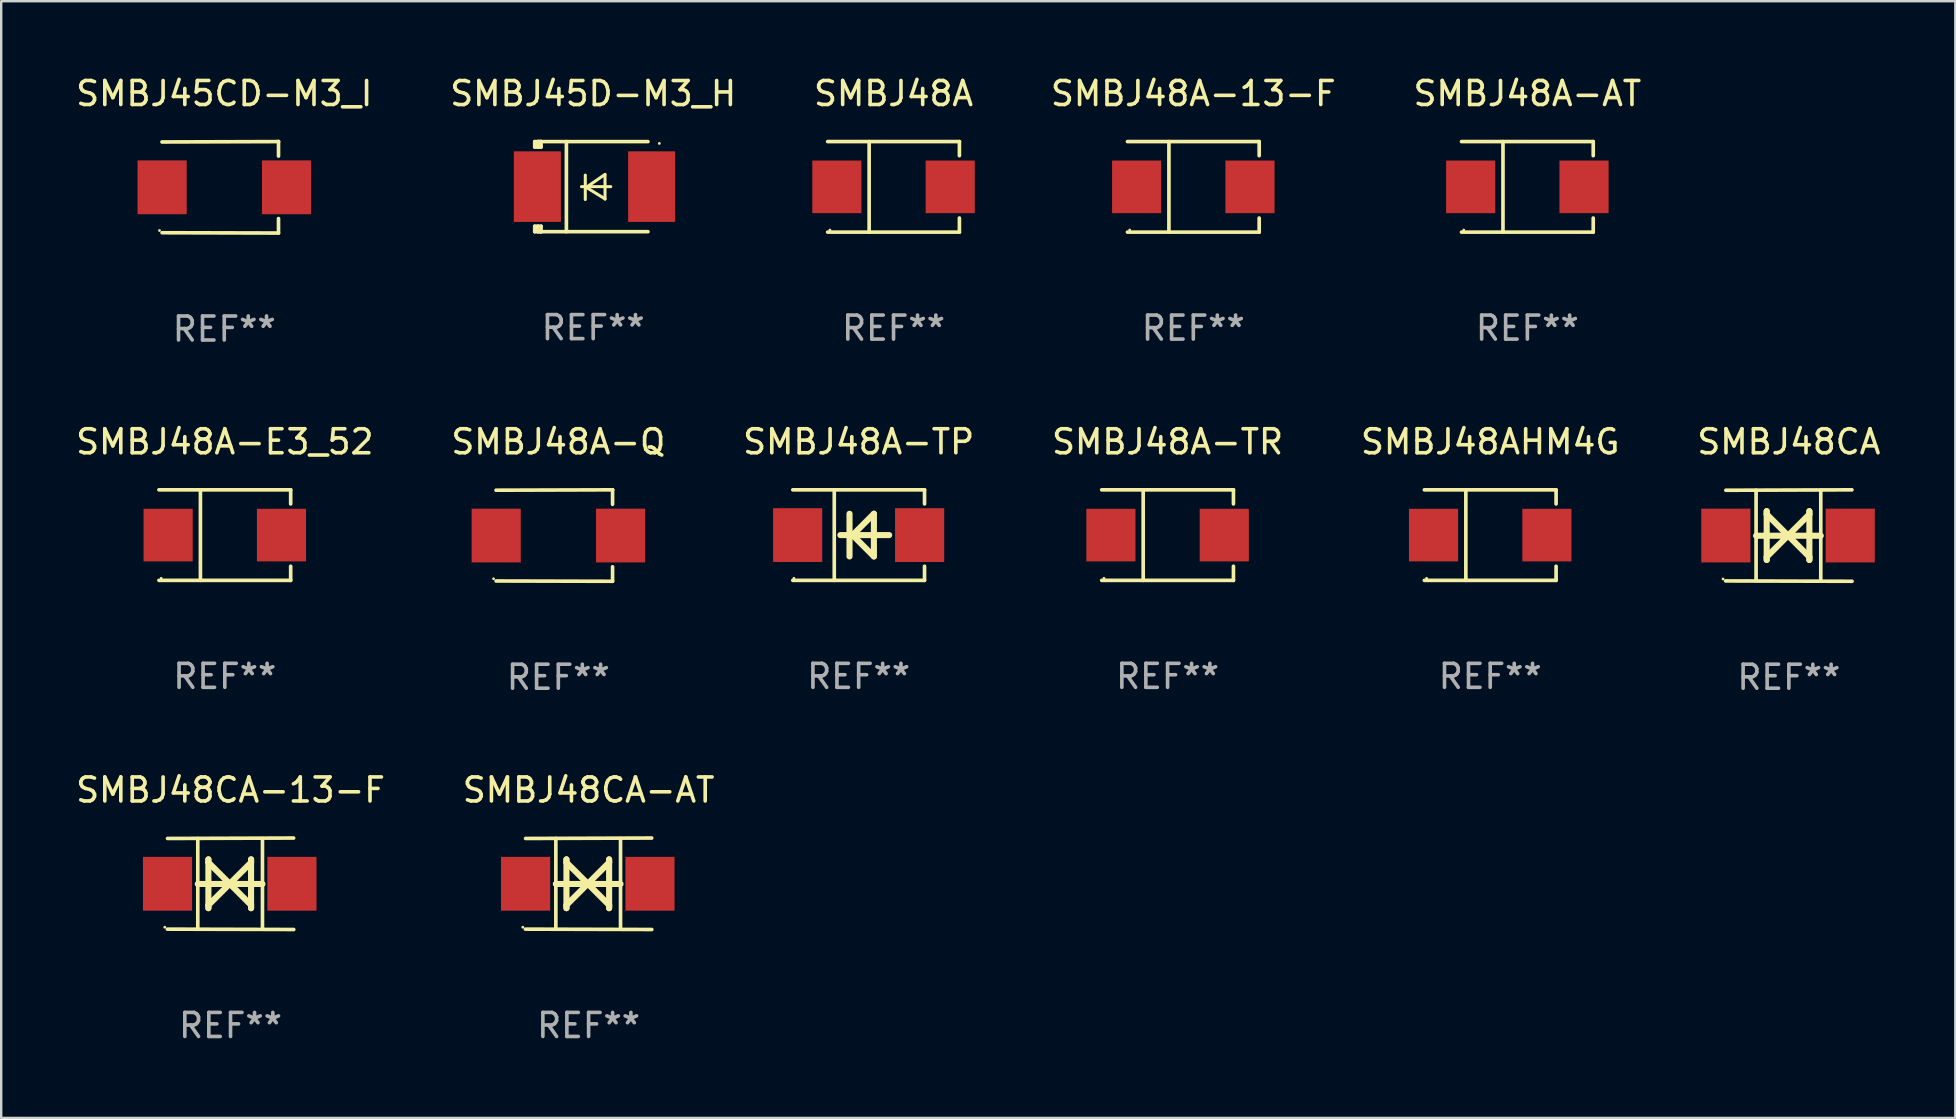
<source format=kicad_pcb>
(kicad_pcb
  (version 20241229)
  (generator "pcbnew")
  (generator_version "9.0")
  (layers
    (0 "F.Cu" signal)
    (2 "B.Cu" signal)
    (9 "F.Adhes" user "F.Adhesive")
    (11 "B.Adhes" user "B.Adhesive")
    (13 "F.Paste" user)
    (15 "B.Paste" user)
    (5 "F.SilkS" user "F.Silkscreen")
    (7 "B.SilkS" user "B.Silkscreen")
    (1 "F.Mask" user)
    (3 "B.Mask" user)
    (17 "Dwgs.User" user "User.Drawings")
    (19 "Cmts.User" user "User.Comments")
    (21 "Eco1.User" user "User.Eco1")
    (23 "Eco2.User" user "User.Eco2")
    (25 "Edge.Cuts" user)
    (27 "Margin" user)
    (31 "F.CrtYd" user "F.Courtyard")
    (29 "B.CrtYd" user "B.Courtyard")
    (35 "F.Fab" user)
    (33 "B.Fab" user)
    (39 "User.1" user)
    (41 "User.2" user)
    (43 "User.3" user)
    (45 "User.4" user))
  (footprint "SMBJ48A-E3_52"
    (layer "F.Cu")
    (at 6.315 19.241)
    (property "Reference" "SMBJ48A-E3_52" (at 0 -3.886 0) (layer "F.SilkS") (effects (font (size 1 1) (thickness 0.15))))
    (attr through_hole)
    (fp_line (start -2.744 -1.886) (end 2.744 -1.886) (stroke (width 0.152) (type solid)) (layer "F.SilkS"))
    (fp_line (start -2.744 1.886) (end 2.744 1.886) (stroke (width 0.152) (type solid)) (layer "F.SilkS"))
    (fp_line (start -1.016 -1.886) (end -1.016 1.886) (stroke (width 0.152) (type solid)) (layer "F.SilkS"))
    (fp_line (start 2.744 -1.886) (end 2.744 -1.299) (stroke (width 0.152) (type solid)) (layer "F.SilkS"))
    (fp_line (start 2.744 1.886) (end 2.744 1.299) (stroke (width 0.152) (type solid)) (layer "F.SilkS"))
    (fp_circle (center -2.65 1.8) (end -2.62 1.8) (stroke (width 0.06) (type solid)) (fill no) (layer "F.SilkS"))
    (fp_text user "REF**" (at 0 5.886 0) (layer "F.Fab") (effects (font (size 1 1) (thickness 0.15))))
    (pad "1" smd rect (at -2.361 0) (size 2.047 2.192) (layers "F.Cu" "F.Mask" "F.Paste"))
    (pad "2" smd rect (at 2.361 0) (size 2.047 2.192) (layers "F.Cu" "F.Mask" "F.Paste")))
  (footprint "SMBJ48A-TP"
    (layer "F.Cu")
    (at 32.72 19.241)
    (property "Reference" "SMBJ48A-TP" (at 0 -3.886 0) (layer "F.SilkS") (effects (font (size 1 1) (thickness 0.15))))
    (attr through_hole)
    (fp_line (start -2.744 -1.886) (end 2.744 -1.886) (stroke (width 0.152) (type solid)) (layer "F.SilkS"))
    (fp_line (start -2.744 1.886) (end 2.744 1.886) (stroke (width 0.152) (type solid)) (layer "F.SilkS"))
    (fp_line (start -1.016 -1.886) (end -1.016 1.886) (stroke (width 0.152) (type solid)) (layer "F.SilkS"))
    (fp_line (start -0.381 -0.889) (end -0.381 0.889) (stroke (width 0.254) (type solid)) (layer "F.SilkS"))
    (fp_line (start -0.366 0) (end -0.254 0) (stroke (width 0.254) (type solid)) (layer "F.SilkS"))
    (fp_line (start -0.254 0) (end -0.328 0) (stroke (width 0.254) (type solid)) (layer "F.SilkS"))
    (fp_line (start -0.254 0) (end 0.635 -0.889) (stroke (width 0.254) (type solid)) (layer "F.SilkS"))
    (fp_line (start 0.635 -0.889) (end 0.635 0.889) (stroke (width 0.254) (type solid)) (layer "F.SilkS"))
    (fp_line (start 0.635 0.889) (end -0.254 0) (stroke (width 0.254) (type solid)) (layer "F.SilkS"))
    (fp_line (start 1.27 0) (end -0.762 0) (stroke (width 0.254) (type solid)) (layer "F.SilkS"))
    (fp_line (start 2.744 -1.886) (end 2.744 -1.299) (stroke (width 0.152) (type solid)) (layer "F.SilkS"))
    (fp_line (start 2.744 1.886) (end 2.744 1.299) (stroke (width 0.152) (type solid)) (layer "F.SilkS"))
    (fp_circle (center -2.698 1.8) (end -2.668 1.8) (stroke (width 0.06) (type solid)) (fill no) (layer "F.SilkS"))
    (fp_text user "REF**" (at 0 5.886 0) (layer "F.Fab") (effects (font (size 1 1) (thickness 0.15))))
    (pad "1" smd rect (at -2.54 0) (size 2.047 2.241) (layers "F.Cu" "F.Mask" "F.Paste"))
    (pad "2" smd rect (at 2.54 0) (size 2.047 2.241) (layers "F.Cu" "F.Mask" "F.Paste")))
  (footprint "SMBJ48CA-AT"
    (layer "F.Cu")
    (at 21.47 33.766)
    (property "Reference" "SMBJ48CA-AT" (at 0 -3.905 0) (layer "F.SilkS") (effects (font (size 1 1) (thickness 0.15))))
    (attr through_hole)
    (fp_line (start -1.365 1.886) (end -1.365 -1.886) (stroke (width 0.152) (type solid)) (layer "F.SilkS"))
    (fp_line (start -1.365 0.008) (end 1.33 0.008) (stroke (width 0.254) (type solid)) (layer "F.SilkS"))
    (fp_line (start -0.923 -1.016) (end -0.923 1.016) (stroke (width 0.254) (type solid)) (layer "F.SilkS"))
    (fp_line (start -0.923 -0.889) (end -0.923 -1.016) (stroke (width 0.254) (type solid)) (layer "F.SilkS"))
    (fp_line (start -0.923 0.889) (end -0.034 0) (stroke (width 0.254) (type solid)) (layer "F.SilkS"))
    (fp_line (start -0.923 1.016) (end -0.923 0.889) (stroke (width 0.254) (type solid)) (layer "F.SilkS"))
    (fp_line (start -0.034 0) (end -0.923 -0.889) (stroke (width 0.254) (type solid)) (layer "F.SilkS"))
    (fp_line (start -0.034 0) (end 0.855 0.889) (stroke (width 0.254) (type solid)) (layer "F.SilkS"))
    (fp_line (start 0.855 -1.016) (end 0.855 -0.889) (stroke (width 0.254) (type solid)) (layer "F.SilkS"))
    (fp_line (start 0.855 -0.889) (end -0.034 0) (stroke (width 0.254) (type solid)) (layer "F.SilkS"))
    (fp_line (start 0.855 0.889) (end 0.855 1.016) (stroke (width 0.254) (type solid)) (layer "F.SilkS"))
    (fp_line (start 0.855 1.016) (end 0.855 -1.016) (stroke (width 0.254) (type solid)) (layer "F.SilkS"))
    (fp_line (start 1.33 1.886) (end 1.33 -1.886) (stroke (width 0.152) (type solid)) (layer "F.SilkS"))
    (fp_line (start 2.629 -1.905) (end -2.625 -1.887) (stroke (width 0.152) (type solid)) (layer "F.SilkS"))
    (fp_line (start 2.633 1.905) (end -2.633 1.89) (stroke (width 0.152) (type solid)) (layer "F.SilkS"))
    (fp_circle (center -2.741 1.81) (end -2.711 1.81) (stroke (width 0.06) (type solid)) (fill no) (layer "F.SilkS"))
    (fp_text user "REF**" (at 0 5.905 0) (layer "F.Fab") (effects (font (size 1 1) (thickness 0.15))))
    (pad "1" smd rect (at -2.625 0) (size 2.047 2.241) (layers "F.Cu" "F.Mask" "F.Paste"))
    (pad "2" smd rect (at 2.557 0) (size 2.047 2.241) (layers "F.Cu" "F.Mask" "F.Paste")))
  (footprint "SMBJ48A"
    (layer "F.Cu")
    (at 34.173 4.734)
    (property "Reference" "SMBJ48A" (at 0 -3.886 0) (layer "F.SilkS") (effects (font (size 1 1) (thickness 0.15))))
    (attr through_hole)
    (fp_line (start -2.744 -1.886) (end 2.744 -1.886) (stroke (width 0.152) (type solid)) (layer "F.SilkS"))
    (fp_line (start -2.744 1.886) (end 2.744 1.886) (stroke (width 0.152) (type solid)) (layer "F.SilkS"))
    (fp_line (start -1.016 -1.886) (end -1.016 1.886) (stroke (width 0.152) (type solid)) (layer "F.SilkS"))
    (fp_line (start 2.744 -1.886) (end 2.744 -1.299) (stroke (width 0.152) (type solid)) (layer "F.SilkS"))
    (fp_line (start 2.744 1.886) (end 2.744 1.299) (stroke (width 0.152) (type solid)) (layer "F.SilkS"))
    (fp_circle (center -2.65 1.8) (end -2.62 1.8) (stroke (width 0.06) (type solid)) (fill no) (layer "F.SilkS"))
    (fp_text user "REF**" (at 0 5.886 0) (layer "F.Fab") (effects (font (size 1 1) (thickness 0.15))))
    (pad "1" smd rect (at -2.361 0) (size 2.047 2.192) (layers "F.Cu" "F.Mask" "F.Paste"))
    (pad "2" smd rect (at 2.361 0) (size 2.047 2.192) (layers "F.Cu" "F.Mask" "F.Paste")))
  (footprint "SMBJ48AHM4G"
    (layer "F.Cu")
    (at 59.03 19.241)
    (property "Reference" "SMBJ48AHM4G" (at 0 -3.886 0) (layer "F.SilkS") (effects (font (size 1 1) (thickness 0.15))))
    (attr through_hole)
    (fp_line (start -2.744 -1.886) (end 2.744 -1.886) (stroke (width 0.152) (type solid)) (layer "F.SilkS"))
    (fp_line (start -2.744 1.886) (end 2.744 1.886) (stroke (width 0.152) (type solid)) (layer "F.SilkS"))
    (fp_line (start -1.016 -1.886) (end -1.016 1.886) (stroke (width 0.152) (type solid)) (layer "F.SilkS"))
    (fp_line (start 2.744 -1.886) (end 2.744 -1.299) (stroke (width 0.152) (type solid)) (layer "F.SilkS"))
    (fp_line (start 2.744 1.886) (end 2.744 1.299) (stroke (width 0.152) (type solid)) (layer "F.SilkS"))
    (fp_circle (center -2.65 1.8) (end -2.62 1.8) (stroke (width 0.06) (type solid)) (fill no) (layer "F.SilkS"))
    (fp_text user "REF**" (at 0 5.886 0) (layer "F.Fab") (effects (font (size 1 1) (thickness 0.15))))
    (pad "1" smd rect (at -2.361 0) (size 2.047 2.192) (layers "F.Cu" "F.Mask" "F.Paste"))
    (pad "2" smd rect (at 2.361 0) (size 2.047 2.192) (layers "F.Cu" "F.Mask" "F.Paste")))
  (footprint "SMBJ45D-M3_H"
    (layer "F.Cu")
    (at 21.661 4.725)
    (property "Reference" "SMBJ45D-M3_H" (at 0 -3.876 0) (layer "F.SilkS") (effects (font (size 1 1) (thickness 0.15))))
    (attr through_hole)
    (fp_line (start -2.435 1.65) (end -2.171 1.65) (stroke (width 0.152) (type solid)) (layer "F.SilkS"))
    (fp_line (start -2.435 1.876) (end -2.435 1.65) (stroke (width 0.152) (type solid)) (layer "F.SilkS"))
    (fp_line (start -2.435 -1.876) (end -2.171 -1.876) (stroke (width 0.152) (type solid)) (layer "F.SilkS"))
    (fp_line (start -2.435 -1.65) (end -2.435 -1.876) (stroke (width 0.152) (type solid)) (layer "F.SilkS"))
    (fp_line (start -2.305 -1.866) (end -2.295 -1.876) (stroke (width 0.152) (type solid)) (layer "F.SilkS"))
    (fp_line (start -2.305 -1.65) (end -2.305 -1.866) (stroke (width 0.152) (type solid)) (layer "F.SilkS"))
    (fp_line (start -2.305 1.876) (end -2.305 1.65) (stroke (width 0.152) (type solid)) (layer "F.SilkS"))
    (fp_line (start -2.295 -1.876) (end -2.295 -1.65) (stroke (width 0.152) (type solid)) (layer "F.SilkS"))
    (fp_line (start -2.171 1.876) (end -2.435 1.876) (stroke (width 0.152) (type solid)) (layer "F.SilkS"))
    (fp_line (start -2.171 -1.65) (end -2.435 -1.65) (stroke (width 0.152) (type solid)) (layer "F.SilkS"))
    (fp_line (start -2.171 -1.876) (end -2.295 -1.876) (stroke (width 0.152) (type solid)) (layer "F.SilkS"))
    (fp_line (start -2.171 -1.65) (end -2.171 -1.876) (stroke (width 0.152) (type solid)) (layer "F.SilkS"))
    (fp_line (start -2.171 1.876) (end -2.305 1.876) (stroke (width 0.152) (type solid)) (layer "F.SilkS"))
    (fp_line (start -2.171 1.876) (end -2.171 1.65) (stroke (width 0.152) (type solid)) (layer "F.SilkS"))
    (fp_line (start -1.116 1.876) (end -1.116 -1.876) (stroke (width 0.152) (type solid)) (layer "F.SilkS"))
    (fp_line (start -0.488 0.000102) (end 0.731 0.000102) (stroke (width 0.127) (type solid)) (layer "F.SilkS"))
    (fp_line (start -0.329 -0.48) (end -0.329 0.536) (stroke (width 0.127) (type solid)) (layer "F.SilkS"))
    (fp_line (start -0.29 0.03) (end 0.493 0.51) (stroke (width 0.127) (type solid)) (layer "F.SilkS"))
    (fp_line (start 0.493 -0.51) (end -0.29 0.03) (stroke (width 0.127) (type solid)) (layer "F.SilkS"))
    (fp_line (start 0.493 0.52) (end 0.493 -0.496) (stroke (width 0.127) (type solid)) (layer "F.SilkS"))
    (fp_line (start 2.281 -1.876) (end -2.171 -1.876) (stroke (width 0.152) (type solid)) (layer "F.SilkS"))
    (fp_line (start 2.281 1.876) (end -2.171 1.876) (stroke (width 0.152) (type solid)) (layer "F.SilkS"))
    (fp_circle (center 2.755 -1.8) (end 2.785 -1.8) (stroke (width 0.06) (type solid)) (fill no) (layer "F.SilkS"))
    (fp_text user "REF**" (at 0 5.876 0) (layer "F.Fab") (effects (font (size 1 1) (thickness 0.15))))
    (pad "1" smd rect (at 2.435 -0.000025 180) (size 1.96 2.94) (layers "F.Cu" "F.Mask" "F.Paste"))
    (pad "2" smd rect (at -2.325 -0.000025 180) (size 1.96 2.94) (layers "F.Cu" "F.Mask" "F.Paste")))
  (footprint "SMBJ48A-TR"
    (layer "F.Cu")
    (at 45.589 19.241)
    (property "Reference" "SMBJ48A-TR" (at 0 -3.886 0) (layer "F.SilkS") (effects (font (size 1 1) (thickness 0.15))))
    (attr through_hole)
    (fp_line (start -2.744 -1.886) (end 2.744 -1.886) (stroke (width 0.152) (type solid)) (layer "F.SilkS"))
    (fp_line (start -2.744 1.886) (end 2.744 1.886) (stroke (width 0.152) (type solid)) (layer "F.SilkS"))
    (fp_line (start -1.016 -1.886) (end -1.016 1.886) (stroke (width 0.152) (type solid)) (layer "F.SilkS"))
    (fp_line (start 2.744 -1.886) (end 2.744 -1.299) (stroke (width 0.152) (type solid)) (layer "F.SilkS"))
    (fp_line (start 2.744 1.886) (end 2.744 1.299) (stroke (width 0.152) (type solid)) (layer "F.SilkS"))
    (fp_circle (center -2.65 1.8) (end -2.62 1.8) (stroke (width 0.06) (type solid)) (fill no) (layer "F.SilkS"))
    (fp_text user "REF**" (at 0 5.886 0) (layer "F.Fab") (effects (font (size 1 1) (thickness 0.15))))
    (pad "1" smd rect (at -2.361 0) (size 2.047 2.192) (layers "F.Cu" "F.Mask" "F.Paste"))
    (pad "2" smd rect (at 2.361 0) (size 2.047 2.192) (layers "F.Cu" "F.Mask" "F.Paste")))
  (footprint "SMBJ48CA-13-F"
    (layer "F.Cu")
    (at 6.554 33.766)
    (property "Reference" "SMBJ48CA-13-F" (at 0 -3.905 0) (layer "F.SilkS") (effects (font (size 1 1) (thickness 0.15))))
    (attr through_hole)
    (fp_line (start -1.365 1.886) (end -1.365 -1.886) (stroke (width 0.152) (type solid)) (layer "F.SilkS"))
    (fp_line (start -1.365 0.008) (end 1.33 0.008) (stroke (width 0.254) (type solid)) (layer "F.SilkS"))
    (fp_line (start -0.923 -1.016) (end -0.923 1.016) (stroke (width 0.254) (type solid)) (layer "F.SilkS"))
    (fp_line (start -0.923 -0.889) (end -0.923 -1.016) (stroke (width 0.254) (type solid)) (layer "F.SilkS"))
    (fp_line (start -0.923 0.889) (end -0.034 0) (stroke (width 0.254) (type solid)) (layer "F.SilkS"))
    (fp_line (start -0.923 1.016) (end -0.923 0.889) (stroke (width 0.254) (type solid)) (layer "F.SilkS"))
    (fp_line (start -0.034 0) (end -0.923 -0.889) (stroke (width 0.254) (type solid)) (layer "F.SilkS"))
    (fp_line (start -0.034 0) (end 0.855 0.889) (stroke (width 0.254) (type solid)) (layer "F.SilkS"))
    (fp_line (start 0.855 -1.016) (end 0.855 -0.889) (stroke (width 0.254) (type solid)) (layer "F.SilkS"))
    (fp_line (start 0.855 -0.889) (end -0.034 0) (stroke (width 0.254) (type solid)) (layer "F.SilkS"))
    (fp_line (start 0.855 0.889) (end 0.855 1.016) (stroke (width 0.254) (type solid)) (layer "F.SilkS"))
    (fp_line (start 0.855 1.016) (end 0.855 -1.016) (stroke (width 0.254) (type solid)) (layer "F.SilkS"))
    (fp_line (start 1.33 1.886) (end 1.33 -1.886) (stroke (width 0.152) (type solid)) (layer "F.SilkS"))
    (fp_line (start 2.629 -1.905) (end -2.625 -1.887) (stroke (width 0.152) (type solid)) (layer "F.SilkS"))
    (fp_line (start 2.633 1.905) (end -2.633 1.89) (stroke (width 0.152) (type solid)) (layer "F.SilkS"))
    (fp_circle (center -2.741 1.81) (end -2.711 1.81) (stroke (width 0.06) (type solid)) (fill no) (layer "F.SilkS"))
    (fp_text user "REF**" (at 0 5.905 0) (layer "F.Fab") (effects (font (size 1 1) (thickness 0.15))))
    (pad "1" smd rect (at -2.625 0) (size 2.047 2.241) (layers "F.Cu" "F.Mask" "F.Paste"))
    (pad "2" smd rect (at 2.557 0) (size 2.047 2.241) (layers "F.Cu" "F.Mask" "F.Paste")))
  (footprint "SMBJ48A-13-F"
    (layer "F.Cu")
    (at 46.661 4.734)
    (property "Reference" "SMBJ48A-13-F" (at 0 -3.886 0) (layer "F.SilkS") (effects (font (size 1 1) (thickness 0.15))))
    (attr through_hole)
    (fp_line (start -2.744 -1.886) (end 2.744 -1.886) (stroke (width 0.152) (type solid)) (layer "F.SilkS"))
    (fp_line (start -2.744 1.886) (end 2.744 1.886) (stroke (width 0.152) (type solid)) (layer "F.SilkS"))
    (fp_line (start -1.016 -1.886) (end -1.016 1.886) (stroke (width 0.152) (type solid)) (layer "F.SilkS"))
    (fp_line (start 2.744 -1.886) (end 2.744 -1.299) (stroke (width 0.152) (type solid)) (layer "F.SilkS"))
    (fp_line (start 2.744 1.886) (end 2.744 1.299) (stroke (width 0.152) (type solid)) (layer "F.SilkS"))
    (fp_circle (center -2.65 1.8) (end -2.62 1.8) (stroke (width 0.06) (type solid)) (fill no) (layer "F.SilkS"))
    (fp_text user "REF**" (at 0 5.886 0) (layer "F.Fab") (effects (font (size 1 1) (thickness 0.15))))
    (pad "1" smd rect (at -2.361 0) (size 2.047 2.192) (layers "F.Cu" "F.Mask" "F.Paste"))
    (pad "2" smd rect (at 2.361 0) (size 2.047 2.192) (layers "F.Cu" "F.Mask" "F.Paste")))
  (footprint "SMBJ48A-Q"
    (layer "F.Cu")
    (at 20.208 19.26)
    (property "Reference" "SMBJ48A-Q" (at 0 -3.905 0) (layer "F.SilkS") (effects (font (size 1 1) (thickness 0.15))))
    (attr through_hole)
    (fp_line (start 2.256 -1.905) (end -2.594 -1.889) (stroke (width 0.152) (type solid)) (layer "F.SilkS"))
    (fp_line (start 2.256 -1.905) (end 2.26 -1.905) (stroke (width 0.152) (type solid)) (layer "F.SilkS"))
    (fp_line (start 2.26 -1.905) (end 2.26 -1.301) (stroke (width 0.152) (type solid)) (layer "F.SilkS"))
    (fp_line (start 2.26 1.301) (end 2.26 1.905) (stroke (width 0.152) (type solid)) (layer "F.SilkS"))
    (fp_line (start 2.26 1.905) (end -2.59 1.892) (stroke (width 0.152) (type solid)) (layer "F.SilkS"))
    (fp_circle (center -2.697 1.8) (end -2.667 1.8) (stroke (width 0.06) (type solid)) (fill no) (layer "F.SilkS"))
    (fp_text user "REF**" (at 0 5.905 0) (layer "F.Fab") (effects (font (size 1 1) (thickness 0.15))))
    (pad "1" smd rect (at -2.588 0) (size 2.047 2.241) (layers "F.Cu" "F.Mask" "F.Paste"))
    (pad "2" smd rect (at 2.594 0) (size 2.047 2.241) (layers "F.Cu" "F.Mask" "F.Paste")))
  (footprint "SMBJ48A-AT"
    (layer "F.Cu")
    (at 60.577 4.734)
    (property "Reference" "SMBJ48A-AT" (at 0 -3.886 0) (layer "F.SilkS") (effects (font (size 1 1) (thickness 0.15))))
    (attr through_hole)
    (fp_line (start -2.744 -1.886) (end 2.744 -1.886) (stroke (width 0.152) (type solid)) (layer "F.SilkS"))
    (fp_line (start -2.744 1.886) (end 2.744 1.886) (stroke (width 0.152) (type solid)) (layer "F.SilkS"))
    (fp_line (start -1.016 -1.886) (end -1.016 1.886) (stroke (width 0.152) (type solid)) (layer "F.SilkS"))
    (fp_line (start 2.744 -1.886) (end 2.744 -1.299) (stroke (width 0.152) (type solid)) (layer "F.SilkS"))
    (fp_line (start 2.744 1.886) (end 2.744 1.299) (stroke (width 0.152) (type solid)) (layer "F.SilkS"))
    (fp_circle (center -2.65 1.8) (end -2.62 1.8) (stroke (width 0.06) (type solid)) (fill no) (layer "F.SilkS"))
    (fp_text user "REF**" (at 0 5.886 0) (layer "F.Fab") (effects (font (size 1 1) (thickness 0.15))))
    (pad "1" smd rect (at -2.361 0) (size 2.047 2.192) (layers "F.Cu" "F.Mask" "F.Paste"))
    (pad "2" smd rect (at 2.361 0) (size 2.047 2.192) (layers "F.Cu" "F.Mask" "F.Paste")))
  (footprint "SMBJ45CD-M3_I"
    (layer "F.Cu")
    (at 6.292 4.753)
    (property "Reference" "SMBJ45CD-M3_I" (at 0 -3.905 0) (layer "F.SilkS") (effects (font (size 1 1) (thickness 0.15))))
    (attr through_hole)
    (fp_line (start 2.256 -1.905) (end -2.594 -1.889) (stroke (width 0.152) (type solid)) (layer "F.SilkS"))
    (fp_line (start 2.256 -1.905) (end 2.26 -1.905) (stroke (width 0.152) (type solid)) (layer "F.SilkS"))
    (fp_line (start 2.26 -1.905) (end 2.26 -1.301) (stroke (width 0.152) (type solid)) (layer "F.SilkS"))
    (fp_line (start 2.26 1.301) (end 2.26 1.905) (stroke (width 0.152) (type solid)) (layer "F.SilkS"))
    (fp_line (start 2.26 1.905) (end -2.59 1.892) (stroke (width 0.152) (type solid)) (layer "F.SilkS"))
    (fp_circle (center -2.697 1.8) (end -2.667 1.8) (stroke (width 0.06) (type solid)) (fill no) (layer "F.SilkS"))
    (fp_text user "REF**" (at 0 5.905 0) (layer "F.Fab") (effects (font (size 1 1) (thickness 0.15))))
    (pad "1" smd rect (at -2.588 0) (size 2.047 2.241) (layers "F.Cu" "F.Mask" "F.Paste"))
    (pad "2" smd rect (at 2.594 0) (size 2.047 2.241) (layers "F.Cu" "F.Mask" "F.Paste")))
  (footprint "SMBJ48CA"
    (layer "F.Cu")
    (at 71.47 19.26)
    (property "Reference" "SMBJ48CA" (at 0 -3.905 0) (layer "F.SilkS") (effects (font (size 1 1) (thickness 0.15))))
    (attr through_hole)
    (fp_line (start -1.365 1.886) (end -1.365 -1.886) (stroke (width 0.152) (type solid)) (layer "F.SilkS"))
    (fp_line (start -1.365 0.008) (end 1.33 0.008) (stroke (width 0.254) (type solid)) (layer "F.SilkS"))
    (fp_line (start -0.923 -1.016) (end -0.923 1.016) (stroke (width 0.254) (type solid)) (layer "F.SilkS"))
    (fp_line (start -0.923 -0.889) (end -0.923 -1.016) (stroke (width 0.254) (type solid)) (layer "F.SilkS"))
    (fp_line (start -0.923 0.889) (end -0.034 0) (stroke (width 0.254) (type solid)) (layer "F.SilkS"))
    (fp_line (start -0.923 1.016) (end -0.923 0.889) (stroke (width 0.254) (type solid)) (layer "F.SilkS"))
    (fp_line (start -0.034 0) (end -0.923 -0.889) (stroke (width 0.254) (type solid)) (layer "F.SilkS"))
    (fp_line (start -0.034 0) (end 0.855 0.889) (stroke (width 0.254) (type solid)) (layer "F.SilkS"))
    (fp_line (start 0.855 -1.016) (end 0.855 -0.889) (stroke (width 0.254) (type solid)) (layer "F.SilkS"))
    (fp_line (start 0.855 -0.889) (end -0.034 0) (stroke (width 0.254) (type solid)) (layer "F.SilkS"))
    (fp_line (start 0.855 0.889) (end 0.855 1.016) (stroke (width 0.254) (type solid)) (layer "F.SilkS"))
    (fp_line (start 0.855 1.016) (end 0.855 -1.016) (stroke (width 0.254) (type solid)) (layer "F.SilkS"))
    (fp_line (start 1.33 1.886) (end 1.33 -1.886) (stroke (width 0.152) (type solid)) (layer "F.SilkS"))
    (fp_line (start 2.629 -1.905) (end -2.625 -1.887) (stroke (width 0.152) (type solid)) (layer "F.SilkS"))
    (fp_line (start 2.633 1.905) (end -2.633 1.89) (stroke (width 0.152) (type solid)) (layer "F.SilkS"))
    (fp_circle (center -2.741 1.81) (end -2.711 1.81) (stroke (width 0.06) (type solid)) (fill no) (layer "F.SilkS"))
    (fp_text user "REF**" (at 0 5.905 0) (layer "F.Fab") (effects (font (size 1 1) (thickness 0.15))))
    (pad "1" smd rect (at -2.625 0) (size 2.047 2.241) (layers "F.Cu" "F.Mask" "F.Paste"))
    (pad "2" smd rect (at 2.557 0) (size 2.047 2.241) (layers "F.Cu" "F.Mask" "F.Paste")))
  (gr_rect
    (start -3 -3)
    (end 78.405 43.52)
    (stroke (width 0.1) (type default))
    (fill no)
    (layer "Edge.Cuts")))
</source>
